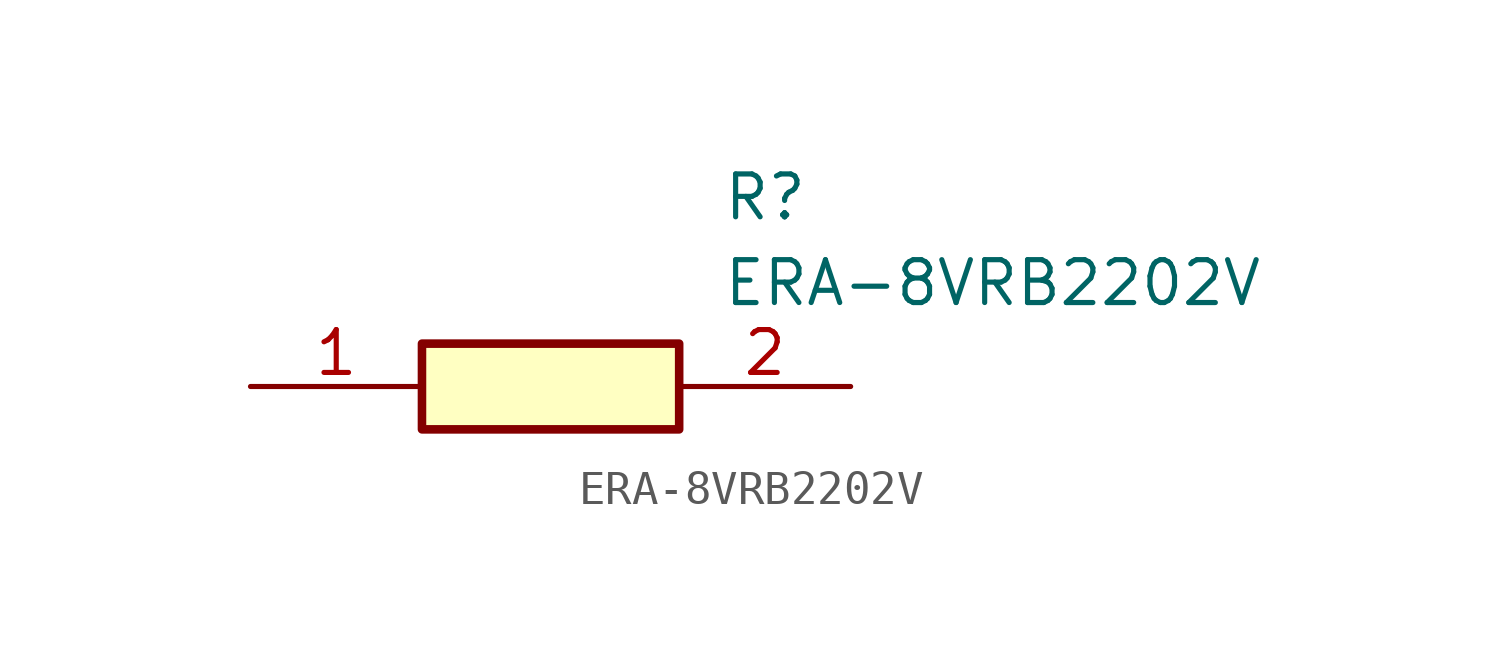
<source format=kicad_sym>
(kicad_symbol_lib
  (version 20211014)
  (generator SamacSys_ECAD_Model)
  (symbol "ERA-8VRB2202V"
    (pin_names hide)
    (property "Reference" "R"
      (at 13.97 6.35 0)
      (effects (font (size 1.27 1.27)) (justify left top)))
    (property "Value" "ERA-8VRB2202V"
      (at 13.97 3.81 0)
      (effects (font (size 1.27 1.27)) (justify left top)))
    (rectangle
      (start 5.08 1.27)
      (end 12.7 -1.27)
      (stroke (width 0.254) (type default))
      (fill (type background)))
    (pin passive line
      (at 0 0 0)
      (length 5.08)
      (name "1" (effects (font (size 1.27 1.27))))
      (number "1" (effects (font (size 1.27 1.27)))))
    (pin passive line
      (at 17.78 0 180)
      (length 5.08)
      (name "2" (effects (font (size 1.27 1.27))))
      (number "2" (effects (font (size 1.27 1.27)))))))
</source>
